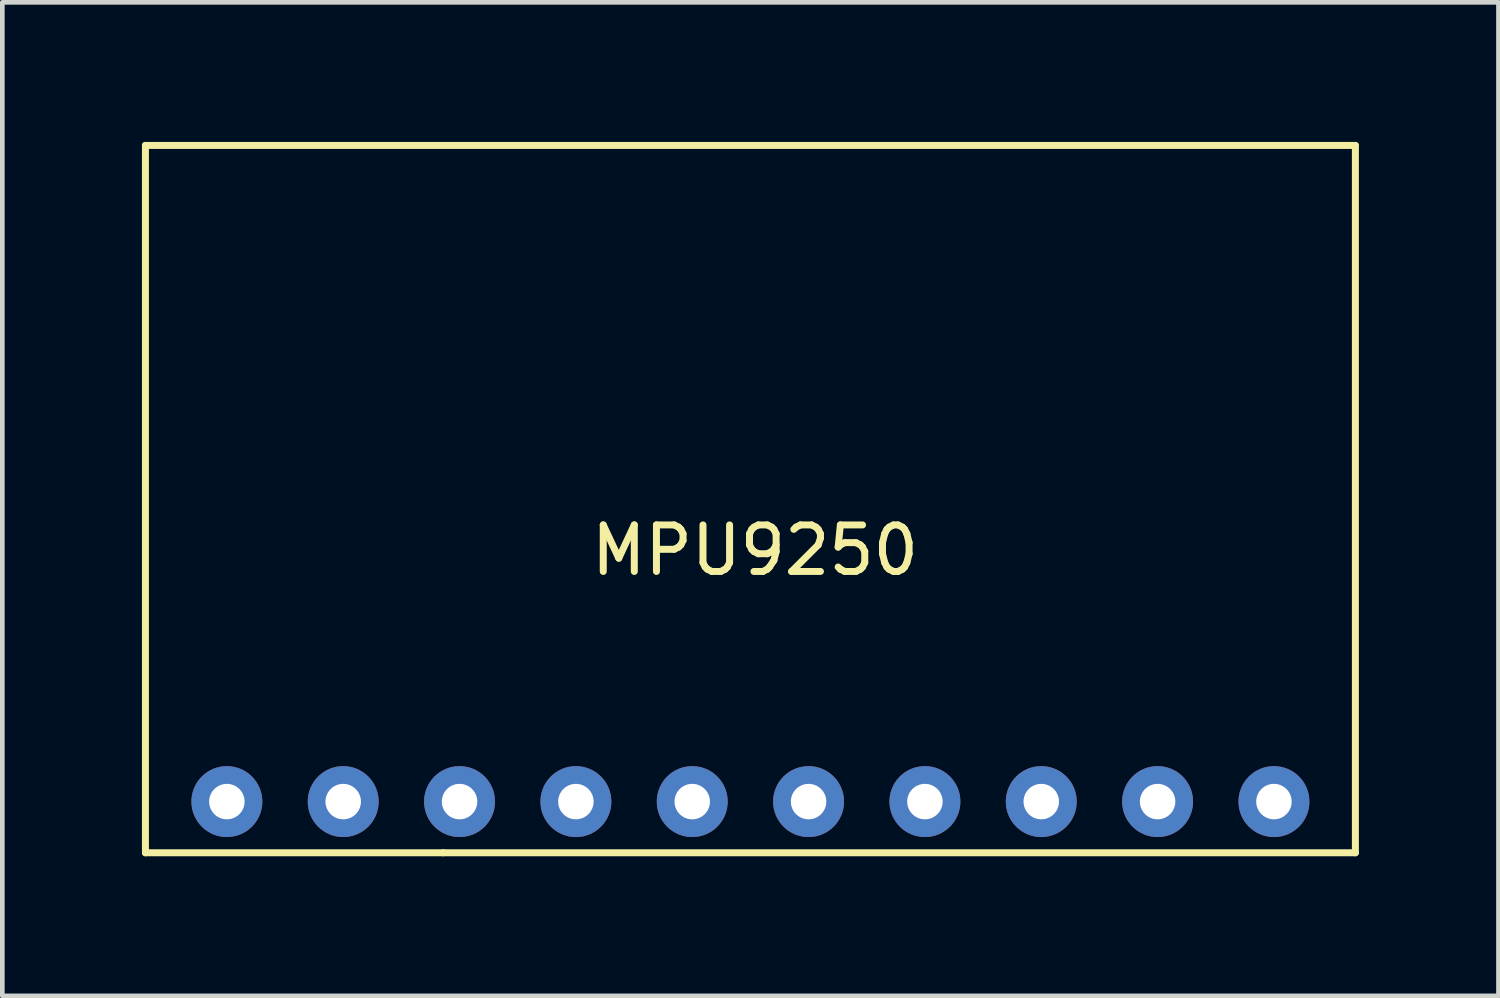
<source format=kicad_pcb>
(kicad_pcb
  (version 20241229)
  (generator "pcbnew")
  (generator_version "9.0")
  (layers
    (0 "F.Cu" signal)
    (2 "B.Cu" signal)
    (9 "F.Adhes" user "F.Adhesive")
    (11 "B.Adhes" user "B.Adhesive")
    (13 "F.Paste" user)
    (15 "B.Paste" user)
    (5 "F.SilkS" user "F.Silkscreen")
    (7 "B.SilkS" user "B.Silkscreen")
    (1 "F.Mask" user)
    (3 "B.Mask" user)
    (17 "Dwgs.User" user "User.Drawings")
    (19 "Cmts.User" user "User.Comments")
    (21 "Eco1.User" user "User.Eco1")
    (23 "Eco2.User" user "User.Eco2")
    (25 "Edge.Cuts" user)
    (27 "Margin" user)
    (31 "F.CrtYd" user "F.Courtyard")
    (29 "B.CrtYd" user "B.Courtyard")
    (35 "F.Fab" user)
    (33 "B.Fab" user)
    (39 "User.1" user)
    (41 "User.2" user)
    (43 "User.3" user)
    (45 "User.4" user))
  (footprint "MPU9250"
    (layer "F.Cu")
    (at 13.075 7.675)
    (property "Reference" "MPU9250" (at 0.1 1.1 0) (layer "F.SilkS") (effects (font (size 1 1) (thickness 0.15))))
    (attr through_hole)
    (fp_line (start -13 -7.6) (end -13 7.6) (stroke (width 0.15) (type solid)) (layer "F.SilkS"))
    (fp_line (start -13 7.6) (end -6.6 7.6) (stroke (width 0.15) (type solid)) (layer "F.SilkS"))
    (fp_line (start -6.6 7.6) (end 13 7.6) (stroke (width 0.15) (type solid)) (layer "F.SilkS"))
    (fp_line (start 13 -7.6) (end -13 -7.6) (stroke (width 0.15) (type solid)) (layer "F.SilkS"))
    (fp_line (start 13 7.6) (end 13 -7.6) (stroke (width 0.15) (type solid)) (layer "F.SilkS"))
    (pad "1" thru_hole circle (at -11.25 6.5) (size 1.524 1.524) (drill 0.762) (layers "*.Cu" "*.Mask"))
    (pad "2" thru_hole circle (at -8.75 6.5) (size 1.524 1.524) (drill 0.762) (layers "*.Cu" "*.Mask"))
    (pad "3" thru_hole circle (at -6.25 6.5) (size 1.524 1.524) (drill 0.762) (layers "*.Cu" "*.Mask"))
    (pad "4" thru_hole circle (at -3.75 6.5) (size 1.524 1.524) (drill 0.762) (layers "*.Cu" "*.Mask"))
    (pad "5" thru_hole circle (at -1.25 6.5) (size 1.524 1.524) (drill 0.762) (layers "*.Cu" "*.Mask"))
    (pad "6" thru_hole circle (at 1.25 6.5) (size 1.524 1.524) (drill 0.762) (layers "*.Cu" "*.Mask"))
    (pad "7" thru_hole circle (at 3.75 6.5) (size 1.524 1.524) (drill 0.762) (layers "*.Cu" "*.Mask"))
    (pad "8" thru_hole circle (at 6.25 6.5) (size 1.524 1.524) (drill 0.762) (layers "*.Cu" "*.Mask"))
    (pad "9" thru_hole circle (at 8.75 6.5) (size 1.524 1.524) (drill 0.762) (layers "*.Cu" "*.Mask"))
    (pad "10" thru_hole circle (at 11.25 6.5) (size 1.524 1.524) (drill 0.762) (layers "*.Cu" "*.Mask")))
  (gr_rect
    (start -3 -3)
    (end 29.15 18.35)
    (stroke (width 0.1) (type default))
    (fill no)
    (layer "Edge.Cuts")))
</source>
